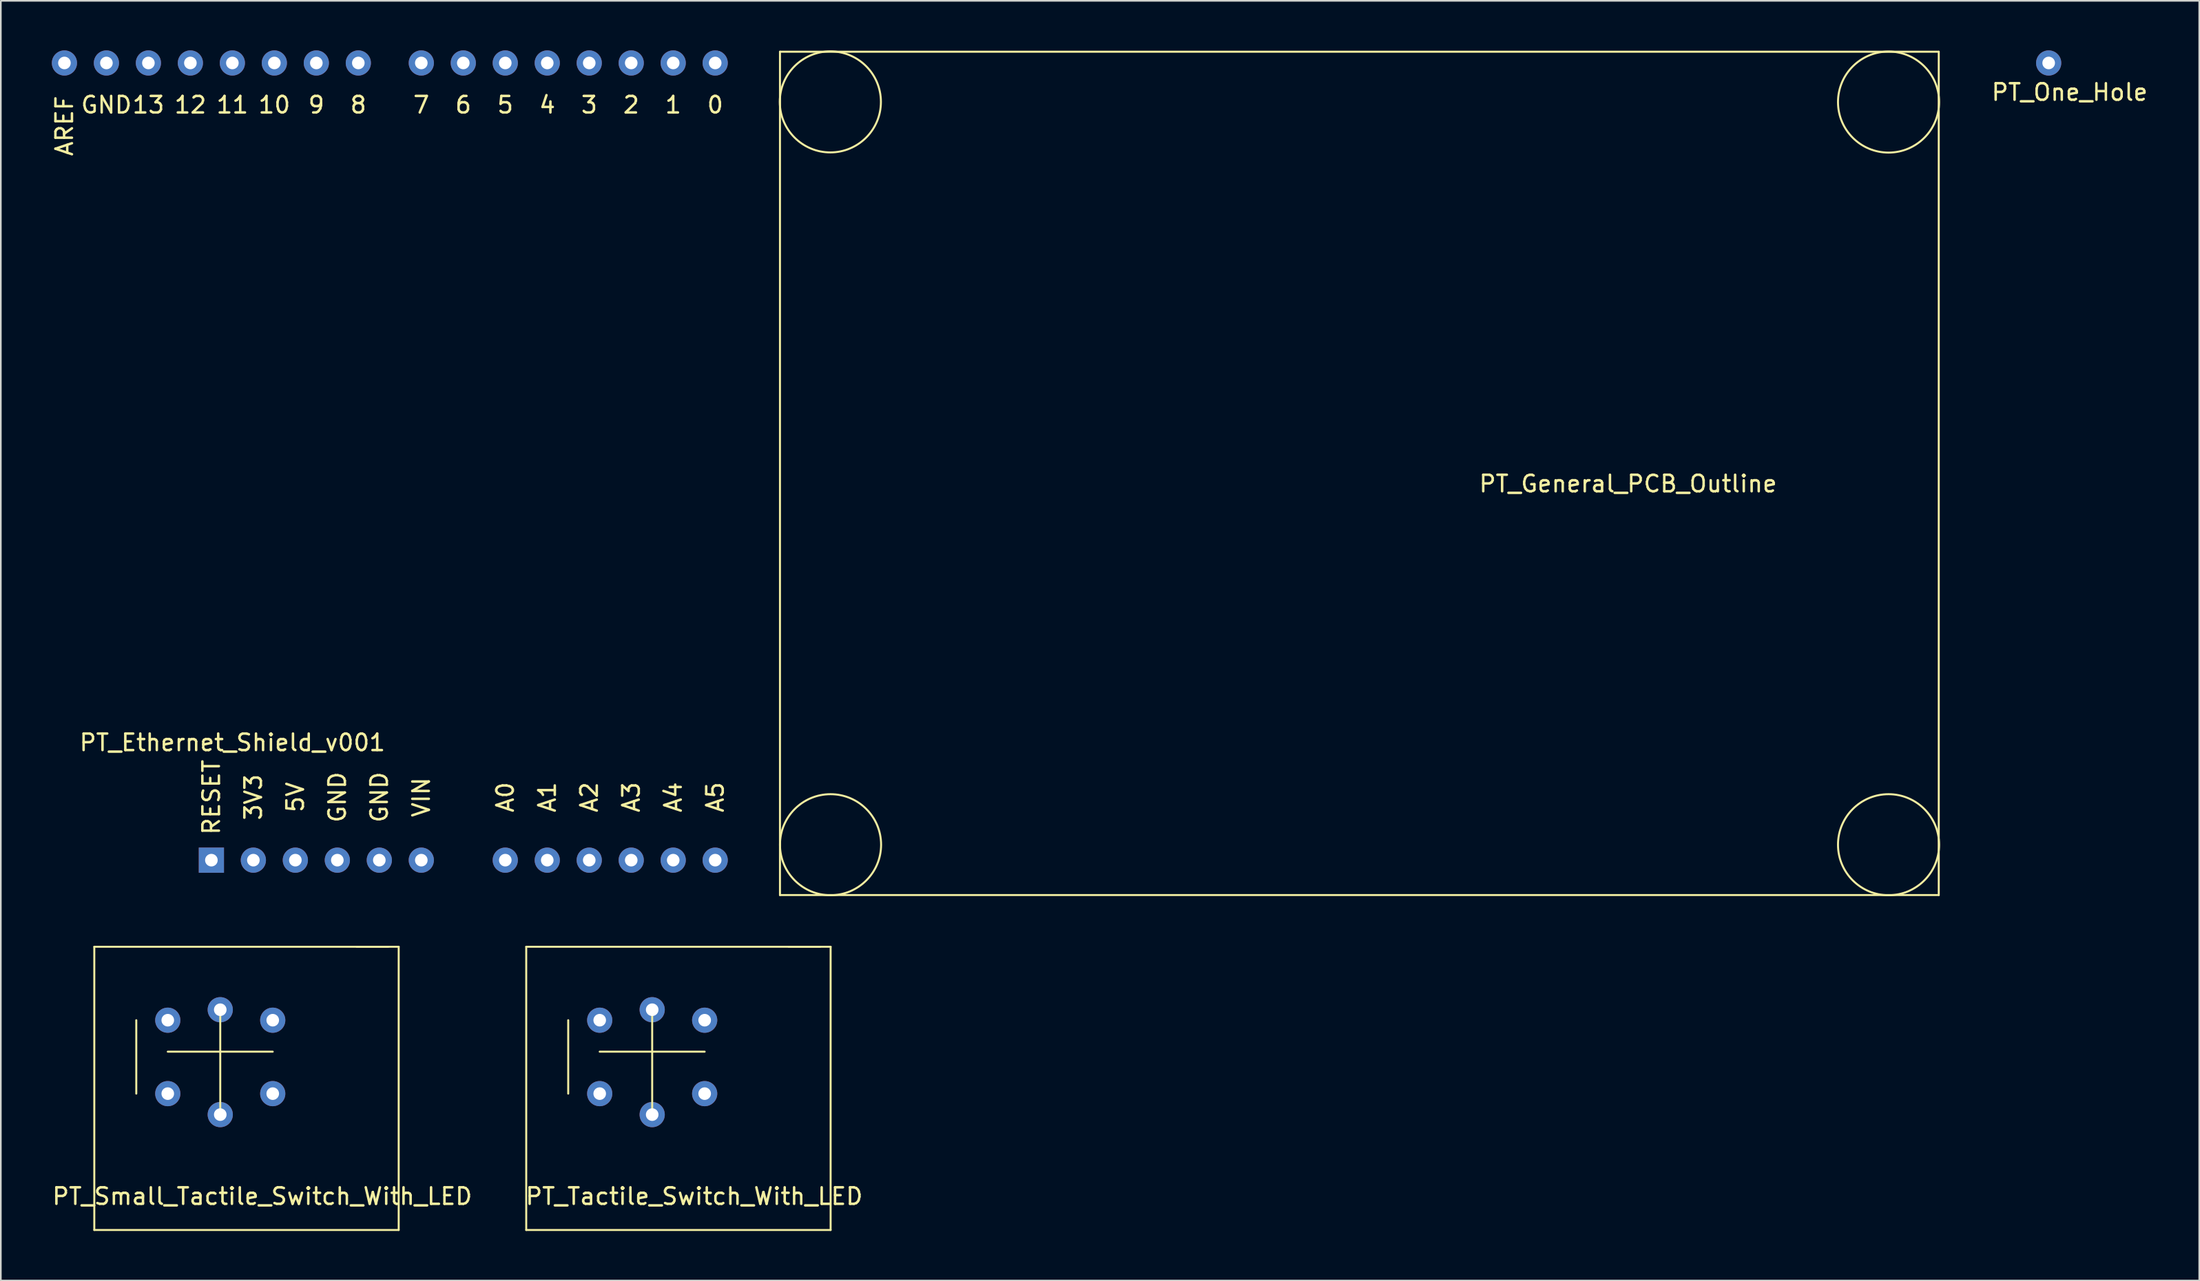
<source format=kicad_pcb>
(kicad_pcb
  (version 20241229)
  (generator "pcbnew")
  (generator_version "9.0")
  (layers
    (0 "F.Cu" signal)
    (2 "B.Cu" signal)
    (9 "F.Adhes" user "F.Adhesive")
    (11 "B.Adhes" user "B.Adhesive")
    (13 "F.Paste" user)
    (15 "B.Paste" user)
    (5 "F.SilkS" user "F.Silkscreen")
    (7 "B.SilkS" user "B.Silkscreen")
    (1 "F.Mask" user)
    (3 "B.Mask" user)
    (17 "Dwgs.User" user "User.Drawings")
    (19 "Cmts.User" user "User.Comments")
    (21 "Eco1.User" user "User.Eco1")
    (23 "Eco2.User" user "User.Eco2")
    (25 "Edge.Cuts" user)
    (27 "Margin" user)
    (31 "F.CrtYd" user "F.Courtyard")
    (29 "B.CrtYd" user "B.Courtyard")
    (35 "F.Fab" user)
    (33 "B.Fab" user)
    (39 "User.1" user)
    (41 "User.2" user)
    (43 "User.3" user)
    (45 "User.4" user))
  (footprint "PT_One_Hole"
    (layer "F.Cu")
    (at 122.161 2.032)
    (property "Reference" "PT_One_Hole" (at 0 0.5 0) (layer "F.SilkS") (effects (font (size 1 1) (thickness 0.15))))
    (attr through_hole)
    (pad "1" thru_hole circle (at -1.27 -1.27) (size 1.524 1.524) (drill 0.762) (layers "*.Cu" "*.Mask")))
  (footprint "PT_Tactile_Switch_With_LED"
    (layer "F.Cu")
    (at 38.946 68.871)
    (property "Reference" "PT_Tactile_Switch_With_LED" (at 0 0.5 0) (layer "F.SilkS") (effects (font (size 1 1) (thickness 0.15))))
    (attr through_hole)
    (fp_line (start -10.16 -14.605) (end -10.16 2.54) (stroke (width 0.12) (type solid)) (layer "F.SilkS"))
    (fp_line (start -10.16 2.54) (end 8.255 2.54) (stroke (width 0.12) (type solid)) (layer "F.SilkS"))
    (fp_line (start -7.62 -10.16) (end -7.62 -5.715) (stroke (width 0.12) (type solid)) (layer "F.SilkS"))
    (fp_line (start -5.715 -8.255) (end 0.635 -8.255) (stroke (width 0.12) (type solid)) (layer "F.SilkS"))
    (fp_line (start -2.54 -10.795) (end -2.54 -4.445) (stroke (width 0.12) (type solid)) (layer "F.SilkS"))
    (fp_line (start 7.62 -14.605) (end -10.16 -14.605) (stroke (width 0.12) (type solid)) (layer "F.SilkS"))
    (fp_line (start 8.255 -14.605) (end 5.715 -14.605) (stroke (width 0.12) (type solid)) (layer "F.SilkS"))
    (fp_line (start 8.255 2.54) (end 8.255 -14.605) (stroke (width 0.12) (type solid)) (layer "F.SilkS"))
    (pad "1" thru_hole circle (at -5.715 -10.16) (size 1.524 1.524) (drill 0.762) (layers "*.Cu" "*.Mask"))
    (pad "2" thru_hole circle (at 0.635 -10.16) (size 1.524 1.524) (drill 0.762) (layers "*.Cu" "*.Mask"))
    (pad "3" thru_hole circle (at -5.715 -5.715) (size 1.524 1.524) (drill 0.762) (layers "*.Cu" "*.Mask"))
    (pad "4" thru_hole circle (at 0.635 -5.715) (size 1.524 1.524) (drill 0.762) (layers "*.Cu" "*.Mask"))
    (pad "5" thru_hole circle (at -2.54 -10.795) (size 1.524 1.524) (drill 0.762) (layers "*.Cu" "*.Mask"))
    (pad "6" thru_hole circle (at -2.54 -4.445) (size 1.524 1.524) (drill 0.762) (layers "*.Cu" "*.Mask")))
  (footprint "PT_Ethernet_Shield_v001"
    (layer "F.Cu")
    (at 9.738 49.022)
    (property "Reference" "PT_Ethernet_Shield_v001" (at 1.27 -7.12 0) (layer "F.SilkS") (effects (font (size 1 1) (thickness 0.15))))
    (attr through_hole)
    (fp_text user "A4" (at 27.94 -3.81 90) (layer "F.SilkS") (effects (font (size 1 1) (thickness 0.15))))
    (fp_text user "7" (at 12.7 -45.72 0) (layer "F.SilkS") (effects (font (size 1 1) (thickness 0.15))))
    (fp_text user "A5" (at 30.48 -3.81 90) (layer "F.SilkS") (effects (font (size 1 1) (thickness 0.15))))
    (fp_text user "4" (at 20.32 -45.72 0) (layer "F.SilkS") (effects (font (size 1 1) (thickness 0.15))))
    (fp_text user "5" (at 17.78 -45.72 0) (layer "F.SilkS") (effects (font (size 1 1) (thickness 0.15))))
    (fp_text user "A3" (at 25.4 -3.81 90) (layer "F.SilkS") (effects (font (size 1 1) (thickness 0.15))))
    (fp_text user "GND" (at 7.62 -3.81 90) (layer "F.SilkS") (effects (font (size 1 1) (thickness 0.15))))
    (fp_text user "RESET" (at 0 -3.81 90) (layer "F.SilkS") (effects (font (size 1 1) (thickness 0.15))))
    (fp_text user "9" (at 6.35 -45.72 0) (layer "F.SilkS") (effects (font (size 1 1) (thickness 0.15))))
    (fp_text user "A1" (at 20.32 -3.81 90) (layer "F.SilkS") (effects (font (size 1 1) (thickness 0.15))))
    (fp_text user "3V3" (at 2.54 -3.81 90) (layer "F.SilkS") (effects (font (size 1 1) (thickness 0.15))))
    (fp_text user "GND" (at 10.16 -3.81 90) (layer "F.SilkS") (effects (font (size 1 1) (thickness 0.15))))
    (fp_text user "1" (at 27.94 -45.72 0) (layer "F.SilkS") (effects (font (size 1 1) (thickness 0.15))))
    (fp_text user "VIN" (at 12.7 -3.81 90) (layer "F.SilkS") (effects (font (size 1 1) (thickness 0.15))))
    (fp_text user "13" (at -3.81 -45.72 0) (layer "F.SilkS") (effects (font (size 1 1) (thickness 0.15))))
    (fp_text user "6" (at 15.24 -45.72 0) (layer "F.SilkS") (effects (font (size 1 1) (thickness 0.15))))
    (fp_text user "3" (at 22.86 -45.72 0) (layer "F.SilkS") (effects (font (size 1 1) (thickness 0.15))))
    (fp_text user "AREF" (at -8.89 -44.45 90) (layer "F.SilkS") (effects (font (size 1 1) (thickness 0.15))))
    (fp_text user "8" (at 8.89 -45.72 0) (layer "F.SilkS") (effects (font (size 1 1) (thickness 0.15))))
    (fp_text user "0" (at 30.48 -45.72 0) (layer "F.SilkS") (effects (font (size 1 1) (thickness 0.15))))
    (fp_text user "2" (at 25.4 -45.72 0) (layer "F.SilkS") (effects (font (size 1 1) (thickness 0.15))))
    (fp_text user "A2" (at 22.86 -3.81 90) (layer "F.SilkS") (effects (font (size 1 1) (thickness 0.15))))
    (fp_text user "5V" (at 5.08 -3.81 90) (layer "F.SilkS") (effects (font (size 1 1) (thickness 0.15))))
    (fp_text user "GND" (at -6.35 -45.72 0) (layer "F.SilkS") (effects (font (size 1 1) (thickness 0.15))))
    (fp_text user "12" (at -1.27 -45.72 0) (layer "F.SilkS") (effects (font (size 1 1) (thickness 0.15))))
    (fp_text user "A0" (at 17.78 -3.81 90) (layer "F.SilkS") (effects (font (size 1 1) (thickness 0.15))))
    (fp_text user "10" (at 3.81 -45.72 0) (layer "F.SilkS") (effects (font (size 1 1) (thickness 0.15))))
    (fp_text user "11" (at 1.27 -45.72 0) (layer "F.SilkS") (effects (font (size 1 1) (thickness 0.15))))
    (pad "1" thru_hole rect (at 0 0) (size 1.524 1.524) (drill 0.762) (layers "*.Cu" "*.Mask"))
    (pad "2" thru_hole circle (at 2.54 0) (size 1.524 1.524) (drill 0.762) (layers "*.Cu" "*.Mask"))
    (pad "3" thru_hole circle (at 5.08 0) (size 1.524 1.524) (drill 0.762) (layers "*.Cu" "*.Mask"))
    (pad "4" thru_hole circle (at 7.62 0) (size 1.524 1.524) (drill 0.762) (layers "*.Cu" "*.Mask"))
    (pad "5" thru_hole circle (at 10.16 0) (size 1.524 1.524) (drill 0.762) (layers "*.Cu" "*.Mask"))
    (pad "6" thru_hole circle (at 12.7 0) (size 1.524 1.524) (drill 0.762) (layers "*.Cu" "*.Mask"))
    (pad "7" thru_hole circle (at 17.78 0) (size 1.524 1.524) (drill 0.762) (layers "*.Cu" "*.Mask"))
    (pad "8" thru_hole circle (at 20.32 0) (size 1.524 1.524) (drill 0.762) (layers "*.Cu" "*.Mask"))
    (pad "9" thru_hole circle (at 22.86 0) (size 1.524 1.524) (drill 0.762) (layers "*.Cu" "*.Mask"))
    (pad "10" thru_hole circle (at 25.4 0) (size 1.524 1.524) (drill 0.762) (layers "*.Cu" "*.Mask"))
    (pad "11" thru_hole circle (at 27.94 0) (size 1.524 1.524) (drill 0.762) (layers "*.Cu" "*.Mask"))
    (pad "12" thru_hole circle (at 30.48 0) (size 1.524 1.524) (drill 0.762) (layers "*.Cu" "*.Mask"))
    (pad "13" thru_hole circle (at 30.48 -48.26) (size 1.524 1.524) (drill 0.762) (layers "*.Cu" "*.Mask"))
    (pad "14" thru_hole circle (at 27.94 -48.26) (size 1.524 1.524) (drill 0.762) (layers "*.Cu" "*.Mask"))
    (pad "15" thru_hole circle (at 25.4 -48.26) (size 1.524 1.524) (drill 0.762) (layers "*.Cu" "*.Mask"))
    (pad "16" thru_hole circle (at 22.86 -48.26) (size 1.524 1.524) (drill 0.762) (layers "*.Cu" "*.Mask"))
    (pad "17" thru_hole circle (at 20.32 -48.26) (size 1.524 1.524) (drill 0.762) (layers "*.Cu" "*.Mask"))
    (pad "18" thru_hole circle (at 17.78 -48.26) (size 1.524 1.524) (drill 0.762) (layers "*.Cu" "*.Mask"))
    (pad "19" thru_hole circle (at 15.24 -48.26) (size 1.524 1.524) (drill 0.762) (layers "*.Cu" "*.Mask"))
    (pad "20" thru_hole circle (at 12.7 -48.26) (size 1.524 1.524) (drill 0.762) (layers "*.Cu" "*.Mask"))
    (pad "21" thru_hole circle (at 8.89 -48.26) (size 1.524 1.524) (drill 0.762) (layers "*.Cu" "*.Mask"))
    (pad "22" thru_hole circle (at 6.35 -48.26) (size 1.524 1.524) (drill 0.762) (layers "*.Cu" "*.Mask"))
    (pad "23" thru_hole circle (at 3.81 -48.26) (size 1.524 1.524) (drill 0.762) (layers "*.Cu" "*.Mask"))
    (pad "24" thru_hole circle (at 1.27 -48.26) (size 1.524 1.524) (drill 0.762) (layers "*.Cu" "*.Mask"))
    (pad "25" thru_hole circle (at -1.27 -48.26) (size 1.524 1.524) (drill 0.762) (layers "*.Cu" "*.Mask"))
    (pad "26" thru_hole circle (at -3.81 -48.26) (size 1.524 1.524) (drill 0.762) (layers "*.Cu" "*.Mask"))
    (pad "27" thru_hole circle (at -6.35 -48.26) (size 1.524 1.524) (drill 0.762) (layers "*.Cu" "*.Mask"))
    (pad "28" thru_hole circle (at -8.89 -48.26) (size 1.524 1.524) (drill 0.762) (layers "*.Cu" "*.Mask")))
  (footprint "PT_General_PCB_Outline"
    (layer "F.Cu")
    (at 79.697 24.973)
    (property "Reference" "PT_General_PCB_Outline" (at 15.748 1.262 0) (layer "F.SilkS") (effects (font (size 1 1) (thickness 0.15))))
    (attr through_hole)
    (fp_line (start -35.56 -24.892) (end 34.544 -24.892) (stroke (width 0.12) (type solid)) (layer "F.SilkS"))
    (fp_line (start -35.56 26.162) (end -35.56 -24.892) (stroke (width 0.12) (type solid)) (layer "F.SilkS"))
    (fp_line (start 34.544 -24.892) (end 34.544 26.162) (stroke (width 0.12) (type solid)) (layer "F.SilkS"))
    (fp_line (start 34.544 26.162) (end -35.56 26.162) (stroke (width 0.12) (type solid)) (layer "F.SilkS"))
    (fp_circle (center -32.512 -21.855) (end -34.544 -19.569) (stroke (width 0.12) (type solid)) (fill no) (layer "F.SilkS"))
    (fp_circle (center -32.501 23.114) (end -34.533 25.4) (stroke (width 0.12) (type solid)) (fill no) (layer "F.SilkS"))
    (fp_circle (center 31.507 -21.844) (end 29.475 -19.558) (stroke (width 0.12) (type solid)) (fill no) (layer "F.SilkS"))
    (fp_circle (center 31.507 23.114) (end 29.475 25.4) (stroke (width 0.12) (type solid)) (fill no) (layer "F.SilkS")))
  (footprint "PT_Small_Tactile_Switch_With_LED"
    (layer "F.Cu")
    (at 12.815 68.871)
    (property "Reference" "PT_Small_Tactile_Switch_With_LED" (at 0 0.5 0) (layer "F.SilkS") (effects (font (size 1 1) (thickness 0.15))))
    (attr through_hole)
    (fp_line (start -10.16 -14.605) (end -10.16 2.54) (stroke (width 0.12) (type solid)) (layer "F.SilkS"))
    (fp_line (start -10.16 2.54) (end 8.255 2.54) (stroke (width 0.12) (type solid)) (layer "F.SilkS"))
    (fp_line (start -7.62 -10.16) (end -7.62 -5.715) (stroke (width 0.12) (type solid)) (layer "F.SilkS"))
    (fp_line (start -5.715 -8.255) (end 0.635 -8.255) (stroke (width 0.12) (type solid)) (layer "F.SilkS"))
    (fp_line (start -2.54 -10.795) (end -2.54 -4.445) (stroke (width 0.12) (type solid)) (layer "F.SilkS"))
    (fp_line (start 7.62 -14.605) (end -10.16 -14.605) (stroke (width 0.12) (type solid)) (layer "F.SilkS"))
    (fp_line (start 8.255 -14.605) (end 5.715 -14.605) (stroke (width 0.12) (type solid)) (layer "F.SilkS"))
    (fp_line (start 8.255 2.54) (end 8.255 -14.605) (stroke (width 0.12) (type solid)) (layer "F.SilkS"))
    (pad "1" thru_hole circle (at -5.715 -10.16) (size 1.524 1.524) (drill 0.762) (layers "*.Cu" "*.Mask"))
    (pad "2" thru_hole circle (at 0.635 -10.16) (size 1.524 1.524) (drill 0.762) (layers "*.Cu" "*.Mask"))
    (pad "3" thru_hole circle (at -5.715 -5.715) (size 1.524 1.524) (drill 0.762) (layers "*.Cu" "*.Mask"))
    (pad "4" thru_hole circle (at 0.635 -5.715) (size 1.524 1.524) (drill 0.762) (layers "*.Cu" "*.Mask"))
    (pad "5" thru_hole circle (at -2.54 -10.795) (size 1.524 1.524) (drill 0.762) (layers "*.Cu" "*.Mask"))
    (pad "6" thru_hole circle (at -2.54 -4.445) (size 1.524 1.524) (drill 0.762) (layers "*.Cu" "*.Mask")))
  (gr_rect
    (start -3 -3)
    (end 130.001 74.471)
    (stroke (width 0.1) (type default))
    (fill no)
    (layer "Edge.Cuts")))
</source>
